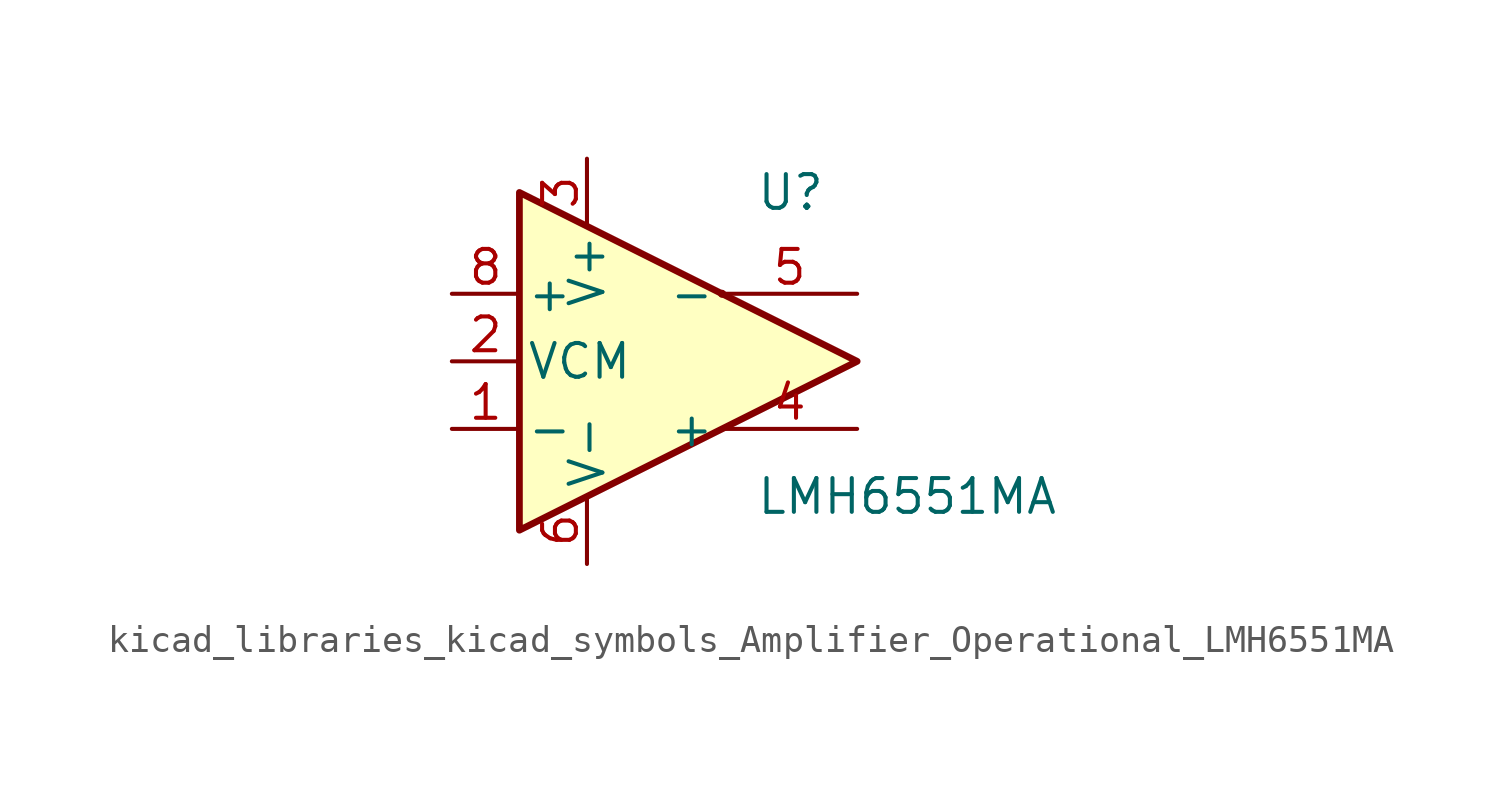
<source format=kicad_sym>
(kicad_symbol_lib
  (version 20220914)
  (generator kicad_symbol_editor)
  (symbol "kicad_libraries_kicad_symbols_Amplifier_Operational_LMH6551MA"
    (pin_names
      (offset 0.254))
    (property "Reference" "U"
      (at 3.81 6.35 0)
      (effects (font (size 1.27 1.27)) (justify left)))
    (property "Value" "LMH6551MA"
      (at 3.81 -5.08 0)
      (effects (font (size 1.27 1.27)) (justify left)))
    (symbol "kicad_libraries_kicad_symbols_Amplifier_Operational_LMH6551MA_0_1"
      (polyline (pts (xy 7.62 0) (xy -5.08 6.35) (xy -5.08 -6.35) (xy 7.62 0)) (stroke (width 0.254) (type default)) (fill (type background)))
      (circle (center 2.54 2.54) (radius 0.0001) (stroke (width 0) (type default)) (fill (type none))))
    (symbol "kicad_libraries_kicad_symbols_Amplifier_Operational_LMH6551MA_1_1"
      (pin input line (at -7.62 -2.54 0) (length 2.54) (name "-" (effects (font (size 1.27 1.27)))) (number "1" (effects (font (size 1.27 1.27)))))
      (pin input line (at -7.62 0 0) (length 2.54) (name "VCM" (effects (font (size 1.27 1.27)))) (number "2" (effects (font (size 1.27 1.27)))))
      (pin power_in line (at -2.54 7.62 270) (length 2.54) (name "V+" (effects (font (size 1.27 1.27)))) (number "3" (effects (font (size 1.27 1.27)))))
      (pin output line (at 7.62 -2.54 180) (length 5.08) (name "+" (effects (font (size 1.27 1.27)))) (number "4" (effects (font (size 1.27 1.27)))))
      (pin output line (at 7.62 2.54 180) (length 5.08) (name "-" (effects (font (size 1.27 1.27)))) (number "5" (effects (font (size 1.27 1.27)))))
      (pin power_in line (at -2.54 -7.62 90) (length 2.54) (name "V-" (effects (font (size 1.27 1.27)))) (number "6" (effects (font (size 1.27 1.27)))))
      (pin no_connect line (at 5.08 0 180) (length 2.54) hide (name "NC" (effects (font (size 1.27 1.27)))) (number "7" (effects (font (size 1.27 1.27)))))
      (pin input line (at -7.62 2.54 0) (length 2.54) (name "+" (effects (font (size 1.27 1.27)))) (number "8" (effects (font (size 1.27 1.27))))))))
</source>
